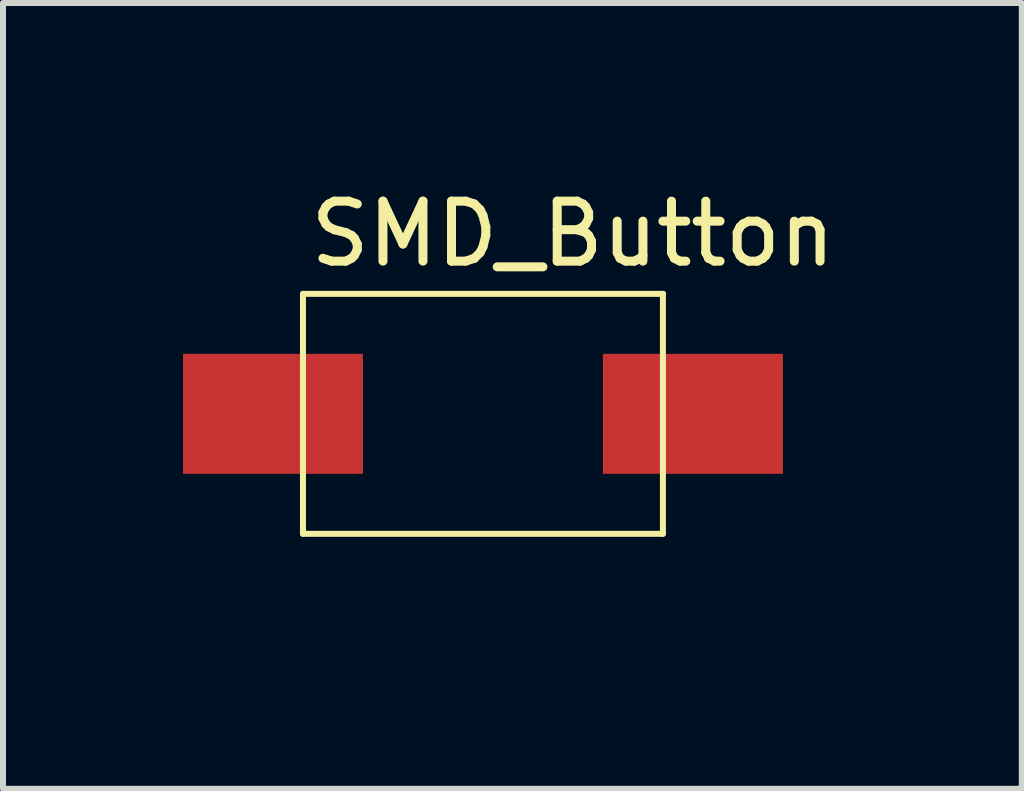
<source format=kicad_pcb>
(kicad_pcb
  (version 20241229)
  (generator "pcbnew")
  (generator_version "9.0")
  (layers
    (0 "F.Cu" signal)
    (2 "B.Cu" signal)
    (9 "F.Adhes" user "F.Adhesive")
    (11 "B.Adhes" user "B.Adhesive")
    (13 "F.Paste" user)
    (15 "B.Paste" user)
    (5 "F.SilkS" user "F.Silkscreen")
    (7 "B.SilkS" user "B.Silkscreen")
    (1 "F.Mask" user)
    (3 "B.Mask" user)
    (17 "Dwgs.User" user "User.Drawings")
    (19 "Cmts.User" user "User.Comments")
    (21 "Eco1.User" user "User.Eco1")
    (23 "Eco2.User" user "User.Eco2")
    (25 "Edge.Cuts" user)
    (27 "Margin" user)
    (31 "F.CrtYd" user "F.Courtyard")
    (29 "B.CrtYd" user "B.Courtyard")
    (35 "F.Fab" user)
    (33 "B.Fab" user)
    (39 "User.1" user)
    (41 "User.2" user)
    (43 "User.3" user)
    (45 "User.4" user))
  (footprint "SMD_Button"
    (layer "F.Cu")
    (at 7 6.848)
    (property "Reference" "SMD_Button" (at -0.5 -6 0) (layer "F.SilkS") (effects (font (size 1 1) (thickness 0.15))))
    (attr through_hole)
    (fp_line (start -5 -5) (end -5 -1) (stroke (width 0.1) (type solid)) (layer "F.SilkS"))
    (fp_line (start -5 -1) (end 1 -1) (stroke (width 0.1) (type solid)) (layer "F.SilkS"))
    (fp_line (start 1 -5) (end -5 -5) (stroke (width 0.1) (type solid)) (layer "F.SilkS"))
    (fp_line (start 1 -1) (end 1 -5) (stroke (width 0.1) (type solid)) (layer "F.SilkS"))
    (pad "1" smd rect (at 1.5 -3) (size 3 2) (layers "F.Cu" "F.Mask" "F.Paste"))
    (pad "2" smd rect (at -5.5 -3) (size 3 2) (layers "F.Cu" "F.Mask" "F.Paste")))
  (gr_rect
    (start -3 -3)
    (end 13.982 10.098)
    (stroke (width 0.1) (type default))
    (fill no)
    (layer "Edge.Cuts")))
</source>
